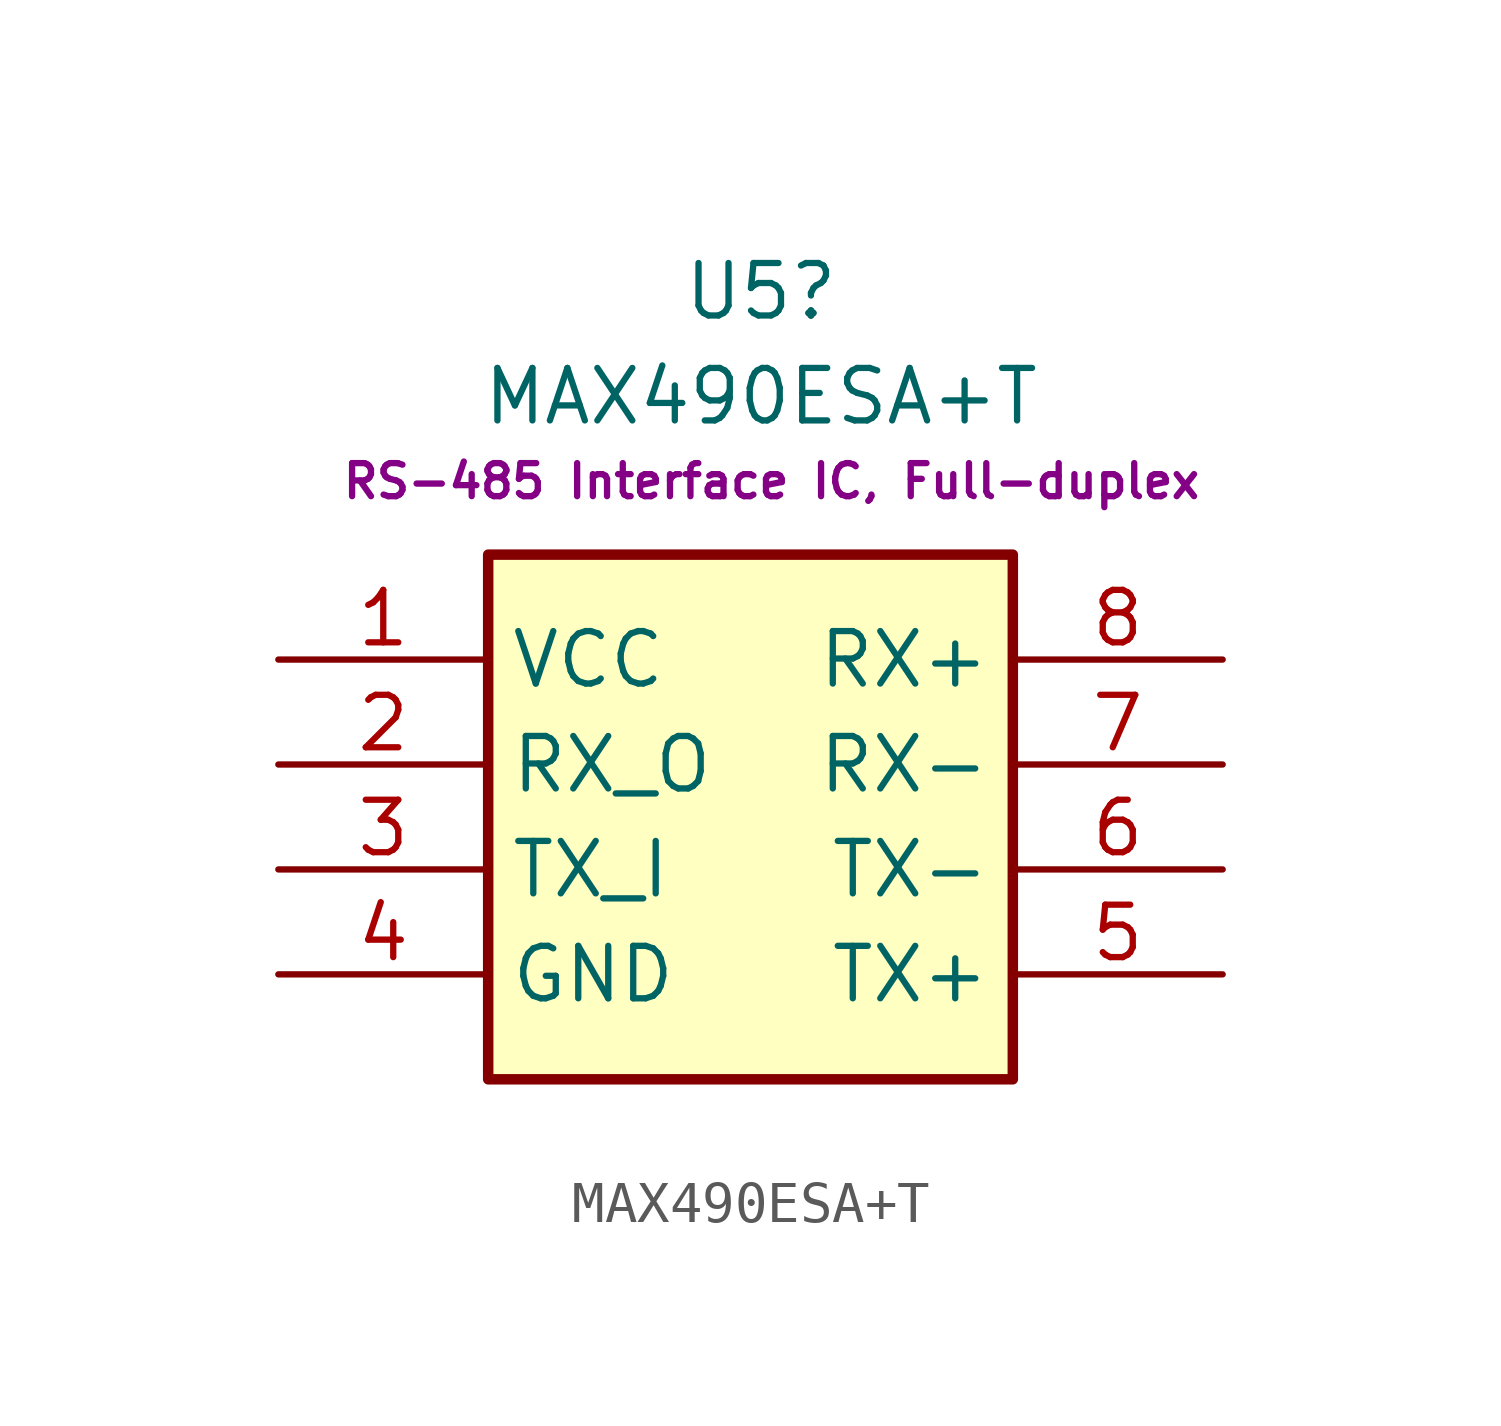
<source format=kicad_sym>
(kicad_symbol_lib
  (version 20241209)
  (generator "kicad_symbol_editor")
  (generator_version "9.0")
  (symbol "MAX490ESA+T"
    (property "Reference" "U5"
      (at 11.684 9.652 0)
      (effects (font (size 1.27 1.27)) (justify top)))
    (property "Value" "MAX490ESA+T"
      (at 11.684 7.112 0)
      (effects (font (size 1.27 1.27)) (justify top)))
    (property "Description" "RS-485 Interface IC, Full-duplex"
      (at 11.938 4.318 0)
      (effects (font (size 0.8 0.8))))
    (symbol "MAX490ESA+T_1_1"
      (rectangle (start 5.08 2.54) (end 17.78 -10.16) (stroke (width 0.254) (type default)) (fill (type background)))
      (pin passive line (at 0 0 0) (length 5.08) (name "VCC" (effects (font (size 1.27 1.27)))) (number "1" (effects (font (size 1.27 1.27)))))
      (pin passive line (at 0 -2.54 0) (length 5.08) (name "RX_O" (effects (font (size 1.27 1.27)))) (number "2" (effects (font (size 1.27 1.27)))))
      (pin passive line (at 0 -5.08 0) (length 5.08) (name "TX_I" (effects (font (size 1.27 1.27)))) (number "3" (effects (font (size 1.27 1.27)))))
      (pin passive line (at 0 -7.62 0) (length 5.08) (name "GND" (effects (font (size 1.27 1.27)))) (number "4" (effects (font (size 1.27 1.27)))))
      (pin passive line (at 22.86 0 180) (length 5.08) (name "RX+" (effects (font (size 1.27 1.27)))) (number "8" (effects (font (size 1.27 1.27)))))
      (pin passive line (at 22.86 -2.54 180) (length 5.08) (name "RX-" (effects (font (size 1.27 1.27)))) (number "7" (effects (font (size 1.27 1.27)))))
      (pin passive line (at 22.86 -5.08 180) (length 5.08) (name "TX-" (effects (font (size 1.27 1.27)))) (number "6" (effects (font (size 1.27 1.27)))))
      (pin passive line (at 22.86 -7.62 180) (length 5.08) (name "TX+" (effects (font (size 1.27 1.27)))) (number "5" (effects (font (size 1.27 1.27))))))))
</source>
